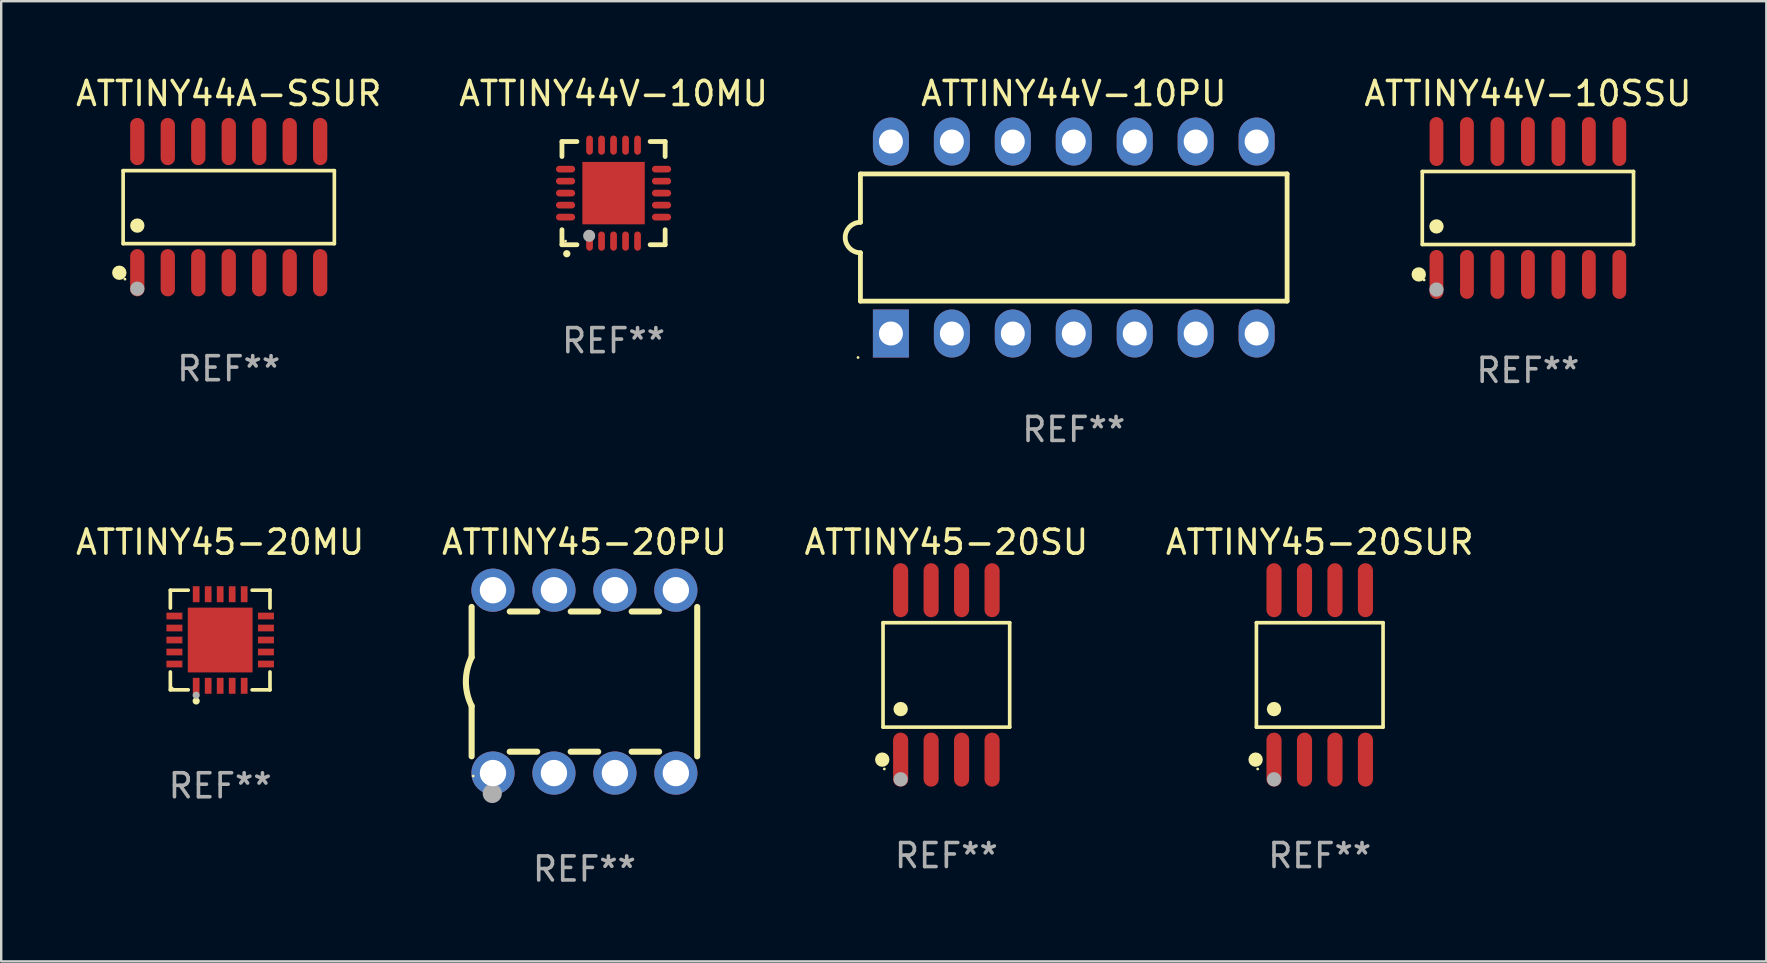
<source format=kicad_pcb>
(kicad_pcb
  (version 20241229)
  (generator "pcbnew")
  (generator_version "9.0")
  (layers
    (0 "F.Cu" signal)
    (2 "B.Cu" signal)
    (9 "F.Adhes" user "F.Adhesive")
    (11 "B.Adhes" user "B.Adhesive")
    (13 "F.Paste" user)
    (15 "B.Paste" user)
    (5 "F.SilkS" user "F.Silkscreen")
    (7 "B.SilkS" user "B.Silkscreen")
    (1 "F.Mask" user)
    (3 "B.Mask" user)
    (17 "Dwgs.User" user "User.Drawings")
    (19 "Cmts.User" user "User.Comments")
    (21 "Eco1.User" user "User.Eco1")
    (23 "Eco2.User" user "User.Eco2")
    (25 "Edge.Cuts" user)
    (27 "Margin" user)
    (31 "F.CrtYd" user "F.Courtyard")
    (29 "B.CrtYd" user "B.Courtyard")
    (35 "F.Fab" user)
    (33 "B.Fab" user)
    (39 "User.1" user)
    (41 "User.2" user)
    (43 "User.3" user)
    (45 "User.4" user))
  (footprint "ATTINY45-20SU"
    (layer "F.Cu")
    (at 36.387 25.075)
    (property "Reference" "ATTINY45-20SU" (at 0 -5.53 0) (layer "F.SilkS") (effects (font (size 1 1) (thickness 0.15))))
    (attr through_hole)
    (fp_line (start -2.639 -2.176) (end 2.639 -2.176) (stroke (width 0.152) (type solid)) (layer "F.SilkS"))
    (fp_line (start -2.639 2.176) (end -2.639 -2.176) (stroke (width 0.152) (type solid)) (layer "F.SilkS"))
    (fp_line (start 2.639 -2.176) (end 2.639 2.176) (stroke (width 0.152) (type solid)) (layer "F.SilkS"))
    (fp_line (start 2.639 2.176) (end -2.639 2.176) (stroke (width 0.152) (type solid)) (layer "F.SilkS"))
    (fp_circle (center -2.672 3.53) (end -2.522 3.53) (stroke (width 0.3) (type solid)) (fill no) (layer "F.SilkS"))
    (fp_circle (center -2.585 3.92) (end -2.555 3.92) (stroke (width 0.06) (type solid)) (fill no) (layer "F.SilkS"))
    (fp_circle (center -1.905 1.424) (end -1.755 1.424) (stroke (width 0.3) (type solid)) (fill no) (layer "F.SilkS"))
    (fp_circle (center -1.905 4.35) (end -1.755 4.35) (stroke (width 0.3) (type solid)) (fill no) (layer "F.Fab"))
    (fp_text user "REF**" (at 0 7.53 0) (layer "F.Fab") (effects (font (size 1 1) (thickness 0.15))))
    (pad "1" smd oval (at -1.905 3.53) (size 0.63 2.25) (layers "F.Cu" "F.Mask" "F.Paste"))
    (pad "2" smd oval (at -0.635 3.53) (size 0.63 2.25) (layers "F.Cu" "F.Mask" "F.Paste"))
    (pad "3" smd oval (at 0.635 3.53) (size 0.63 2.25) (layers "F.Cu" "F.Mask" "F.Paste"))
    (pad "4" smd oval (at 1.905 3.53) (size 0.63 2.25) (layers "F.Cu" "F.Mask" "F.Paste"))
    (pad "5" smd oval (at 1.905 -3.53) (size 0.63 2.25) (layers "F.Cu" "F.Mask" "F.Paste"))
    (pad "6" smd oval (at 0.635 -3.53) (size 0.63 2.25) (layers "F.Cu" "F.Mask" "F.Paste"))
    (pad "7" smd oval (at -0.635 -3.53) (size 0.63 2.25) (layers "F.Cu" "F.Mask" "F.Paste"))
    (pad "8" smd oval (at -1.905 -3.53) (size 0.63 2.25) (layers "F.Cu" "F.Mask" "F.Paste")))
  (footprint "ATTINY44V-10SSU"
    (layer "F.Cu")
    (at 60.621 5.617)
    (property "Reference" "ATTINY44V-10SSU" (at 0 -4.769 0) (layer "F.SilkS") (effects (font (size 1 1) (thickness 0.15))))
    (attr through_hole)
    (fp_line (start -4.401 -1.521) (end 4.401 -1.521) (stroke (width 0.152) (type solid)) (layer "F.SilkS"))
    (fp_line (start -4.401 1.521) (end -4.401 -1.521) (stroke (width 0.152) (type solid)) (layer "F.SilkS"))
    (fp_line (start 4.401 -1.521) (end 4.401 1.521) (stroke (width 0.152) (type solid)) (layer "F.SilkS"))
    (fp_line (start 4.401 1.521) (end -4.401 1.521) (stroke (width 0.152) (type solid)) (layer "F.SilkS"))
    (fp_circle (center -4.549 2.769) (end -4.399 2.769) (stroke (width 0.3) (type solid)) (fill no) (layer "F.SilkS"))
    (fp_circle (center -4.325 3) (end -4.295 3) (stroke (width 0.06) (type solid)) (fill no) (layer "F.SilkS"))
    (fp_circle (center -3.81 0.769) (end -3.66 0.769) (stroke (width 0.3) (type solid)) (fill no) (layer "F.SilkS"))
    (fp_circle (center -3.81 3.4) (end -3.66 3.4) (stroke (width 0.3) (type solid)) (fill no) (layer "F.Fab"))
    (fp_text user "REF**" (at 0 6.769 0) (layer "F.Fab") (effects (font (size 1 1) (thickness 0.15))))
    (pad "1" smd oval (at -3.81 2.769) (size 0.574 2.038) (layers "F.Cu" "F.Mask" "F.Paste"))
    (pad "2" smd oval (at -2.54 2.769) (size 0.574 2.038) (layers "F.Cu" "F.Mask" "F.Paste"))
    (pad "3" smd oval (at -1.27 2.769) (size 0.574 2.038) (layers "F.Cu" "F.Mask" "F.Paste"))
    (pad "4" smd oval (at 0 2.769) (size 0.574 2.038) (layers "F.Cu" "F.Mask" "F.Paste"))
    (pad "5" smd oval (at 1.27 2.769) (size 0.574 2.038) (layers "F.Cu" "F.Mask" "F.Paste"))
    (pad "6" smd oval (at 2.54 2.769) (size 0.574 2.038) (layers "F.Cu" "F.Mask" "F.Paste"))
    (pad "7" smd oval (at 3.81 2.769) (size 0.574 2.038) (layers "F.Cu" "F.Mask" "F.Paste"))
    (pad "8" smd oval (at 3.81 -2.769) (size 0.574 2.038) (layers "F.Cu" "F.Mask" "F.Paste"))
    (pad "9" smd oval (at 2.54 -2.769) (size 0.574 2.038) (layers "F.Cu" "F.Mask" "F.Paste"))
    (pad "10" smd oval (at 1.27 -2.769) (size 0.574 2.038) (layers "F.Cu" "F.Mask" "F.Paste"))
    (pad "11" smd oval (at 0 -2.769) (size 0.574 2.038) (layers "F.Cu" "F.Mask" "F.Paste"))
    (pad "12" smd oval (at -1.27 -2.769) (size 0.574 2.038) (layers "F.Cu" "F.Mask" "F.Paste"))
    (pad "13" smd oval (at -2.54 -2.769) (size 0.574 2.038) (layers "F.Cu" "F.Mask" "F.Paste"))
    (pad "14" smd oval (at -3.81 -2.769) (size 0.574 2.038) (layers "F.Cu" "F.Mask" "F.Paste")))
  (footprint "ATTINY45-20SUR"
    (layer "F.Cu")
    (at 51.946 25.075)
    (property "Reference" "ATTINY45-20SUR" (at 0 -5.53 0) (layer "F.SilkS") (effects (font (size 1 1) (thickness 0.15))))
    (attr through_hole)
    (fp_line (start -2.639 -2.176) (end 2.639 -2.176) (stroke (width 0.152) (type solid)) (layer "F.SilkS"))
    (fp_line (start -2.639 2.176) (end -2.639 -2.176) (stroke (width 0.152) (type solid)) (layer "F.SilkS"))
    (fp_line (start 2.639 -2.176) (end 2.639 2.176) (stroke (width 0.152) (type solid)) (layer "F.SilkS"))
    (fp_line (start 2.639 2.176) (end -2.639 2.176) (stroke (width 0.152) (type solid)) (layer "F.SilkS"))
    (fp_circle (center -2.672 3.53) (end -2.522 3.53) (stroke (width 0.3) (type solid)) (fill no) (layer "F.SilkS"))
    (fp_circle (center -2.585 3.92) (end -2.555 3.92) (stroke (width 0.06) (type solid)) (fill no) (layer "F.SilkS"))
    (fp_circle (center -1.905 1.424) (end -1.755 1.424) (stroke (width 0.3) (type solid)) (fill no) (layer "F.SilkS"))
    (fp_circle (center -1.905 4.35) (end -1.755 4.35) (stroke (width 0.3) (type solid)) (fill no) (layer "F.Fab"))
    (fp_text user "REF**" (at 0 7.53 0) (layer "F.Fab") (effects (font (size 1 1) (thickness 0.15))))
    (pad "1" smd oval (at -1.905 3.53) (size 0.63 2.25) (layers "F.Cu" "F.Mask" "F.Paste"))
    (pad "2" smd oval (at -0.635 3.53) (size 0.63 2.25) (layers "F.Cu" "F.Mask" "F.Paste"))
    (pad "3" smd oval (at 0.635 3.53) (size 0.63 2.25) (layers "F.Cu" "F.Mask" "F.Paste"))
    (pad "4" smd oval (at 1.905 3.53) (size 0.63 2.25) (layers "F.Cu" "F.Mask" "F.Paste"))
    (pad "5" smd oval (at 1.905 -3.53) (size 0.63 2.25) (layers "F.Cu" "F.Mask" "F.Paste"))
    (pad "6" smd oval (at 0.635 -3.53) (size 0.63 2.25) (layers "F.Cu" "F.Mask" "F.Paste"))
    (pad "7" smd oval (at -0.635 -3.53) (size 0.63 2.25) (layers "F.Cu" "F.Mask" "F.Paste"))
    (pad "8" smd oval (at -1.905 -3.53) (size 0.63 2.25) (layers "F.Cu" "F.Mask" "F.Paste")))
  (footprint "ATTINY44V-10PU"
    (layer "F.Cu")
    (at 41.696 6.848)
    (property "Reference" "ATTINY44V-10PU" (at 0 -6 0) (layer "F.SilkS") (effects (font (size 1 1) (thickness 0.15))))
    (attr through_hole)
    (fp_line (start -8.89 -2.65) (end -8.89 -0.635) (stroke (width 0.2) (type solid)) (layer "F.SilkS"))
    (fp_line (start -8.89 0.635) (end -8.89 2.65) (stroke (width 0.2) (type solid)) (layer "F.SilkS"))
    (fp_line (start -8.89 2.65) (end 8.89 2.65) (stroke (width 0.2) (type solid)) (layer "F.SilkS"))
    (fp_line (start 8.89 -2.65) (end -8.89 -2.65) (stroke (width 0.2) (type solid)) (layer "F.SilkS"))
    (fp_line (start 8.89 2.65) (end 8.89 -2.65) (stroke (width 0.2) (type solid)) (layer "F.SilkS"))
    (fp_arc (start -8.890018 0.635001) (mid -9.525019 0) (end -8.890018 -0.635001) (stroke (width 0.2) (type solid)) (layer "F.SilkS"))
    (fp_circle (center -8.99 5) (end -8.96 5) (stroke (width 0.06) (type solid)) (fill no) (layer "F.SilkS"))
    (fp_text user "REF**" (at 0 8 0) (layer "F.Fab") (effects (font (size 1 1) (thickness 0.15))))
    (pad "1" thru_hole rect (at -7.62 4 90) (size 2 1.5) (drill 1) (layers "*.Cu" "*.Mask"))
    (pad "2" thru_hole oval (at -5.08 4 90) (size 2 1.5) (drill 1) (layers "*.Cu" "*.Mask"))
    (pad "3" thru_hole oval (at -2.54 4 90) (size 2 1.5) (drill 1) (layers "*.Cu" "*.Mask"))
    (pad "4" thru_hole oval (at 0 4 90) (size 2 1.5) (drill 1) (layers "*.Cu" "*.Mask"))
    (pad "5" thru_hole oval (at 2.54 4 90) (size 2 1.5) (drill 1) (layers "*.Cu" "*.Mask"))
    (pad "6" thru_hole oval (at 5.08 4 90) (size 2 1.5) (drill 1) (layers "*.Cu" "*.Mask"))
    (pad "7" thru_hole oval (at 7.62 4 90) (size 2 1.5) (drill 1) (layers "*.Cu" "*.Mask"))
    (pad "8" thru_hole oval (at 7.62 -4 90) (size 2 1.5) (drill 1) (layers "*.Cu" "*.Mask"))
    (pad "9" thru_hole oval (at 5.08 -4 90) (size 2 1.5) (drill 1) (layers "*.Cu" "*.Mask"))
    (pad "10" thru_hole oval (at 2.54 -4 90) (size 2 1.5) (drill 1) (layers "*.Cu" "*.Mask"))
    (pad "11" thru_hole oval (at 0 -4 90) (size 2 1.5) (drill 1) (layers "*.Cu" "*.Mask"))
    (pad "12" thru_hole oval (at -2.54 -4 90) (size 2 1.5) (drill 1) (layers "*.Cu" "*.Mask"))
    (pad "13" thru_hole oval (at -5.08 -4 90) (size 2 1.5) (drill 1) (layers "*.Cu" "*.Mask"))
    (pad "14" thru_hole oval (at -7.62 -4 90) (size 2 1.5) (drill 1) (layers "*.Cu" "*.Mask")))
  (footprint "ATTINY45-20MU"
    (layer "F.Cu")
    (at 6.125 23.621)
    (property "Reference" "ATTINY45-20MU" (at 0 -4.076 0) (layer "F.SilkS") (effects (font (size 1 1) (thickness 0.15))))
    (attr through_hole)
    (fp_line (start -2.076 -2.076) (end -1.331 -2.076) (stroke (width 0.152) (type solid)) (layer "F.SilkS"))
    (fp_line (start -2.076 -1.331) (end -2.076 -2.076) (stroke (width 0.152) (type solid)) (layer "F.SilkS"))
    (fp_line (start -2.076 1.331) (end -2.076 2.076) (stroke (width 0.152) (type solid)) (layer "F.SilkS"))
    (fp_line (start -2.076 2.076) (end -1.331 2.076) (stroke (width 0.152) (type solid)) (layer "F.SilkS"))
    (fp_line (start 2.076 -2.076) (end 1.331 -2.076) (stroke (width 0.152) (type solid)) (layer "F.SilkS"))
    (fp_line (start 2.076 -1.331) (end 2.076 -2.076) (stroke (width 0.152) (type solid)) (layer "F.SilkS"))
    (fp_line (start 2.076 1.331) (end 2.076 2.076) (stroke (width 0.152) (type solid)) (layer "F.SilkS"))
    (fp_line (start 2.076 2.076) (end 1.331 2.076) (stroke (width 0.152) (type solid)) (layer "F.SilkS"))
    (fp_circle (center -2 2) (end -1.97 2) (stroke (width 0.06) (type solid)) (fill no) (layer "F.SilkS"))
    (fp_circle (center -1 2.54) (end -0.925 2.54) (stroke (width 0.15) (type solid)) (fill no) (layer "F.SilkS"))
    (fp_circle (center -1 2.3) (end -0.925 2.3) (stroke (width 0.15) (type solid)) (fill no) (layer "F.Fab"))
    (fp_text user "REF**" (at 0 6.076 0) (layer "F.Fab") (effects (font (size 1 1) (thickness 0.15))))
    (pad "1" smd rect (at -1 1.908) (size 0.28 0.665) (layers "F.Cu" "F.Mask" "F.Paste"))
    (pad "2" smd rect (at -0.5 1.908) (size 0.28 0.665) (layers "F.Cu" "F.Mask" "F.Paste"))
    (pad "3" smd rect (at 0 1.908) (size 0.28 0.665) (layers "F.Cu" "F.Mask" "F.Paste"))
    (pad "4" smd rect (at 0.5 1.908) (size 0.28 0.665) (layers "F.Cu" "F.Mask" "F.Paste"))
    (pad "5" smd rect (at 1 1.908) (size 0.28 0.665) (layers "F.Cu" "F.Mask" "F.Paste"))
    (pad "6" smd rect (at 1.908 1) (size 0.665 0.28) (layers "F.Cu" "F.Mask" "F.Paste"))
    (pad "7" smd rect (at 1.908 0.5) (size 0.665 0.28) (layers "F.Cu" "F.Mask" "F.Paste"))
    (pad "8" smd rect (at 1.908 0) (size 0.665 0.28) (layers "F.Cu" "F.Mask" "F.Paste"))
    (pad "9" smd rect (at 1.908 -0.5) (size 0.665 0.28) (layers "F.Cu" "F.Mask" "F.Paste"))
    (pad "10" smd rect (at 1.908 -1) (size 0.665 0.28) (layers "F.Cu" "F.Mask" "F.Paste"))
    (pad "11" smd rect (at 1 -1.908) (size 0.28 0.665) (layers "F.Cu" "F.Mask" "F.Paste"))
    (pad "12" smd rect (at 0.5 -1.908) (size 0.28 0.665) (layers "F.Cu" "F.Mask" "F.Paste"))
    (pad "13" smd rect (at 0 -1.908) (size 0.28 0.665) (layers "F.Cu" "F.Mask" "F.Paste"))
    (pad "14" smd rect (at -0.5 -1.908) (size 0.28 0.665) (layers "F.Cu" "F.Mask" "F.Paste"))
    (pad "15" smd rect (at -1 -1.908) (size 0.28 0.665) (layers "F.Cu" "F.Mask" "F.Paste"))
    (pad "16" smd rect (at -1.908 -1) (size 0.665 0.28) (layers "F.Cu" "F.Mask" "F.Paste"))
    (pad "17" smd rect (at -1.908 -0.5) (size 0.665 0.28) (layers "F.Cu" "F.Mask" "F.Paste"))
    (pad "18" smd rect (at -1.908 0) (size 0.665 0.28) (layers "F.Cu" "F.Mask" "F.Paste"))
    (pad "19" smd rect (at -1.908 0.5) (size 0.665 0.28) (layers "F.Cu" "F.Mask" "F.Paste"))
    (pad "20" smd rect (at -1.908 1) (size 0.665 0.28) (layers "F.Cu" "F.Mask" "F.Paste"))
    (pad "21" smd rect (at 0 0) (size 2.7 2.7) (layers "F.Cu" "F.Mask" "F.Paste")))
  (footprint "ATTINY45-20PU"
    (layer "F.Cu")
    (at 21.304 25.355)
    (property "Reference" "ATTINY45-20PU" (at 0 -5.81 0) (layer "F.SilkS") (effects (font (size 1 1) (thickness 0.15))))
    (attr through_hole)
    (fp_line (start -4.7 -1.017) (end -4.7 -3.113) (stroke (width 0.254) (type solid)) (layer "F.SilkS"))
    (fp_line (start -4.7 1.015) (end -4.7 3.113) (stroke (width 0.254) (type solid)) (layer "F.SilkS"))
    (fp_line (start -3.113 2.92) (end -1.967 2.92) (stroke (width 0.254) (type solid)) (layer "F.SilkS"))
    (fp_line (start -3.111 -2.922) (end -1.969 -2.922) (stroke (width 0.254) (type solid)) (layer "F.SilkS"))
    (fp_line (start -0.573 2.92) (end 0.573 2.92) (stroke (width 0.254) (type solid)) (layer "F.SilkS"))
    (fp_line (start -0.571 -2.922) (end 0.571 -2.922) (stroke (width 0.254) (type solid)) (layer "F.SilkS"))
    (fp_line (start 1.967 2.92) (end 3.113 2.92) (stroke (width 0.254) (type solid)) (layer "F.SilkS"))
    (fp_line (start 1.969 -2.922) (end 3.111 -2.922) (stroke (width 0.254) (type solid)) (layer "F.SilkS"))
    (fp_line (start 4.7 -3.113) (end 4.7 3.113) (stroke (width 0.254) (type solid)) (layer "F.SilkS"))
    (fp_arc (start -4.7 1.01524) (mid -4.939846 -0.000762) (end -4.7 -1.016764) (stroke (width 0.254001) (type solid)) (layer "F.SilkS"))
    (fp_circle (center -4.636 3.935) (end -4.606 3.935) (stroke (width 0.06) (type solid)) (fill no) (layer "F.SilkS"))
    (fp_circle (center -3.84 4.66) (end -3.64 4.66) (stroke (width 0.4) (type solid)) (fill no) (layer "F.Fab"))
    (fp_text user "REF**" (at 0 7.81 0) (layer "F.Fab") (effects (font (size 1 1) (thickness 0.15))))
    (pad "1" thru_hole circle (at -3.81 3.81) (size 1.8 1.8) (drill 1.1) (layers "*.Cu" "*.Mask"))
    (pad "2" thru_hole circle (at -1.27 3.81) (size 1.8 1.8) (drill 1.1) (layers "*.Cu" "*.Mask"))
    (pad "3" thru_hole circle (at 1.27 3.81) (size 1.8 1.8) (drill 1.1) (layers "*.Cu" "*.Mask"))
    (pad "4" thru_hole circle (at 3.81 3.81) (size 1.8 1.8) (drill 1.1) (layers "*.Cu" "*.Mask"))
    (pad "5" thru_hole circle (at 3.81 -3.81) (size 1.8 1.8) (drill 1.1) (layers "*.Cu" "*.Mask"))
    (pad "6" thru_hole circle (at 1.27 -3.81) (size 1.8 1.8) (drill 1.1) (layers "*.Cu" "*.Mask"))
    (pad "7" thru_hole circle (at -1.27 -3.81) (size 1.8 1.8) (drill 1.1) (layers "*.Cu" "*.Mask"))
    (pad "8" thru_hole circle (at -3.81 -3.81) (size 1.8 1.8) (drill 1.1) (layers "*.Cu" "*.Mask")))
  (footprint "ATTINY44A-SSUR"
    (layer "F.Cu")
    (at 6.482 5.582)
    (property "Reference" "ATTINY44A-SSUR" (at 0 -4.734 0) (layer "F.SilkS") (effects (font (size 1 1) (thickness 0.15))))
    (attr through_hole)
    (fp_line (start -4.401 -1.521) (end 4.401 -1.521) (stroke (width 0.152) (type solid)) (layer "F.SilkS"))
    (fp_line (start -4.401 1.521) (end -4.401 -1.521) (stroke (width 0.152) (type solid)) (layer "F.SilkS"))
    (fp_line (start 4.401 -1.521) (end 4.401 1.521) (stroke (width 0.152) (type solid)) (layer "F.SilkS"))
    (fp_line (start 4.401 1.521) (end -4.401 1.521) (stroke (width 0.152) (type solid)) (layer "F.SilkS"))
    (fp_circle (center -4.56 2.734) (end -4.41 2.734) (stroke (width 0.3) (type solid)) (fill no) (layer "F.SilkS"))
    (fp_circle (center -4.325 3) (end -4.295 3) (stroke (width 0.06) (type solid)) (fill no) (layer "F.SilkS"))
    (fp_circle (center -3.81 0.769) (end -3.66 0.769) (stroke (width 0.3) (type solid)) (fill no) (layer "F.SilkS"))
    (fp_circle (center -3.81 3.4) (end -3.66 3.4) (stroke (width 0.3) (type solid)) (fill no) (layer "F.Fab"))
    (fp_text user "REF**" (at 0 6.734 0) (layer "F.Fab") (effects (font (size 1 1) (thickness 0.15))))
    (pad "1" smd oval (at -3.81 2.734) (size 0.595 1.968) (layers "F.Cu" "F.Mask" "F.Paste"))
    (pad "2" smd oval (at -2.54 2.734) (size 0.595 1.968) (layers "F.Cu" "F.Mask" "F.Paste"))
    (pad "3" smd oval (at -1.27 2.734) (size 0.595 1.968) (layers "F.Cu" "F.Mask" "F.Paste"))
    (pad "4" smd oval (at 0 2.734) (size 0.595 1.968) (layers "F.Cu" "F.Mask" "F.Paste"))
    (pad "5" smd oval (at 1.27 2.734) (size 0.595 1.968) (layers "F.Cu" "F.Mask" "F.Paste"))
    (pad "6" smd oval (at 2.54 2.734) (size 0.595 1.968) (layers "F.Cu" "F.Mask" "F.Paste"))
    (pad "7" smd oval (at 3.81 2.734) (size 0.595 1.968) (layers "F.Cu" "F.Mask" "F.Paste"))
    (pad "8" smd oval (at 3.81 -2.734) (size 0.595 1.968) (layers "F.Cu" "F.Mask" "F.Paste"))
    (pad "9" smd oval (at 2.54 -2.734) (size 0.595 1.968) (layers "F.Cu" "F.Mask" "F.Paste"))
    (pad "10" smd oval (at 1.27 -2.734) (size 0.595 1.968) (layers "F.Cu" "F.Mask" "F.Paste"))
    (pad "11" smd oval (at 0 -2.734) (size 0.595 1.968) (layers "F.Cu" "F.Mask" "F.Paste"))
    (pad "12" smd oval (at -1.27 -2.734) (size 0.595 1.968) (layers "F.Cu" "F.Mask" "F.Paste"))
    (pad "13" smd oval (at -2.54 -2.734) (size 0.595 1.968) (layers "F.Cu" "F.Mask" "F.Paste"))
    (pad "14" smd oval (at -3.81 -2.734) (size 0.595 1.968) (layers "F.Cu" "F.Mask" "F.Paste")))
  (footprint "ATTINY44V-10MU"
    (layer "F.Cu")
    (at 22.518 4.998)
    (property "Reference" "ATTINY44V-10MU" (at 0 -4.15 0) (layer "F.SilkS") (effects (font (size 1 1) (thickness 0.15))))
    (attr through_hole)
    (fp_line (start -2.15 -2.15) (end -2.15 -1.525) (stroke (width 0.2) (type solid)) (layer "F.SilkS"))
    (fp_line (start -2.15 2.15) (end -2.15 1.525) (stroke (width 0.2) (type solid)) (layer "F.SilkS"))
    (fp_line (start -1.525 -2.15) (end -2.15 -2.15) (stroke (width 0.2) (type solid)) (layer "F.SilkS"))
    (fp_line (start -1.525 2.15) (end -2.15 2.15) (stroke (width 0.2) (type solid)) (layer "F.SilkS"))
    (fp_line (start 1.525 2.15) (end 2.15 2.15) (stroke (width 0.2) (type solid)) (layer "F.SilkS"))
    (fp_line (start 2.15 -2.15) (end 1.525 -2.15) (stroke (width 0.2) (type solid)) (layer "F.SilkS"))
    (fp_line (start 2.15 -1.525) (end 2.15 -2.15) (stroke (width 0.2) (type solid)) (layer "F.SilkS"))
    (fp_line (start 2.15 2.15) (end 2.15 1.525) (stroke (width 0.2) (type solid)) (layer "F.SilkS"))
    (fp_arc (start -1.950724 2.524765) (mid -1.949454 2.52476) (end -1.948184 2.524765) (stroke (width 0.3) (type solid)) (layer "F.SilkS"))
    (fp_circle (center -2 2) (end -1.97 2) (stroke (width 0.06) (type solid)) (fill no) (layer "F.SilkS"))
    (fp_circle (center -1.016 1.778) (end -0.889 1.778) (stroke (width 0.254) (type solid)) (fill no) (layer "F.Fab"))
    (fp_text user "REF**" (at 0 6.15 0) (layer "F.Fab") (effects (font (size 1 1) (thickness 0.15))))
    (pad "1" smd oval (at -1 2) (size 0.28 0.8) (layers "F.Cu" "F.Mask" "F.Paste"))
    (pad "2" smd oval (at -0.5 2) (size 0.28 0.8) (layers "F.Cu" "F.Mask" "F.Paste"))
    (pad "3" smd oval (at 0 2) (size 0.28 0.8) (layers "F.Cu" "F.Mask" "F.Paste"))
    (pad "4" smd oval (at 0.5 2) (size 0.28 0.8) (layers "F.Cu" "F.Mask" "F.Paste"))
    (pad "5" smd oval (at 1 2) (size 0.28 0.8) (layers "F.Cu" "F.Mask" "F.Paste"))
    (pad "6" smd oval (at 2 1) (size 0.8 0.28) (layers "F.Cu" "F.Mask" "F.Paste"))
    (pad "7" smd oval (at 2 0.5) (size 0.8 0.28) (layers "F.Cu" "F.Mask" "F.Paste"))
    (pad "8" smd oval (at 2 0) (size 0.8 0.28) (layers "F.Cu" "F.Mask" "F.Paste"))
    (pad "9" smd oval (at 2 -0.5) (size 0.8 0.28) (layers "F.Cu" "F.Mask" "F.Paste"))
    (pad "10" smd oval (at 2 -1) (size 0.8 0.28) (layers "F.Cu" "F.Mask" "F.Paste"))
    (pad "11" smd oval (at 1 -2) (size 0.28 0.8) (layers "F.Cu" "F.Mask" "F.Paste"))
    (pad "12" smd oval (at 0.5 -2) (size 0.28 0.8) (layers "F.Cu" "F.Mask" "F.Paste"))
    (pad "13" smd oval (at 0 -2) (size 0.28 0.8) (layers "F.Cu" "F.Mask" "F.Paste"))
    (pad "14" smd oval (at -0.5 -2) (size 0.28 0.8) (layers "F.Cu" "F.Mask" "F.Paste"))
    (pad "15" smd oval (at -1 -2) (size 0.28 0.8) (layers "F.Cu" "F.Mask" "F.Paste"))
    (pad "16" smd oval (at -2 -1) (size 0.8 0.28) (layers "F.Cu" "F.Mask" "F.Paste"))
    (pad "17" smd oval (at -2 -0.5) (size 0.8 0.28) (layers "F.Cu" "F.Mask" "F.Paste"))
    (pad "18" smd oval (at -2 0) (size 0.8 0.28) (layers "F.Cu" "F.Mask" "F.Paste"))
    (pad "19" smd oval (at -2 0.5) (size 0.8 0.28) (layers "F.Cu" "F.Mask" "F.Paste"))
    (pad "20" smd oval (at -2 1) (size 0.8 0.28) (layers "F.Cu" "F.Mask" "F.Paste"))
    (pad "21" smd rect (at 0 0) (size 2.6 2.6) (layers "F.Cu" "F.Mask" "F.Paste")))
  (gr_rect
    (start -3 -3)
    (end 70.556 37.013)
    (stroke (width 0.1) (type default))
    (fill no)
    (layer "Edge.Cuts")))
</source>
